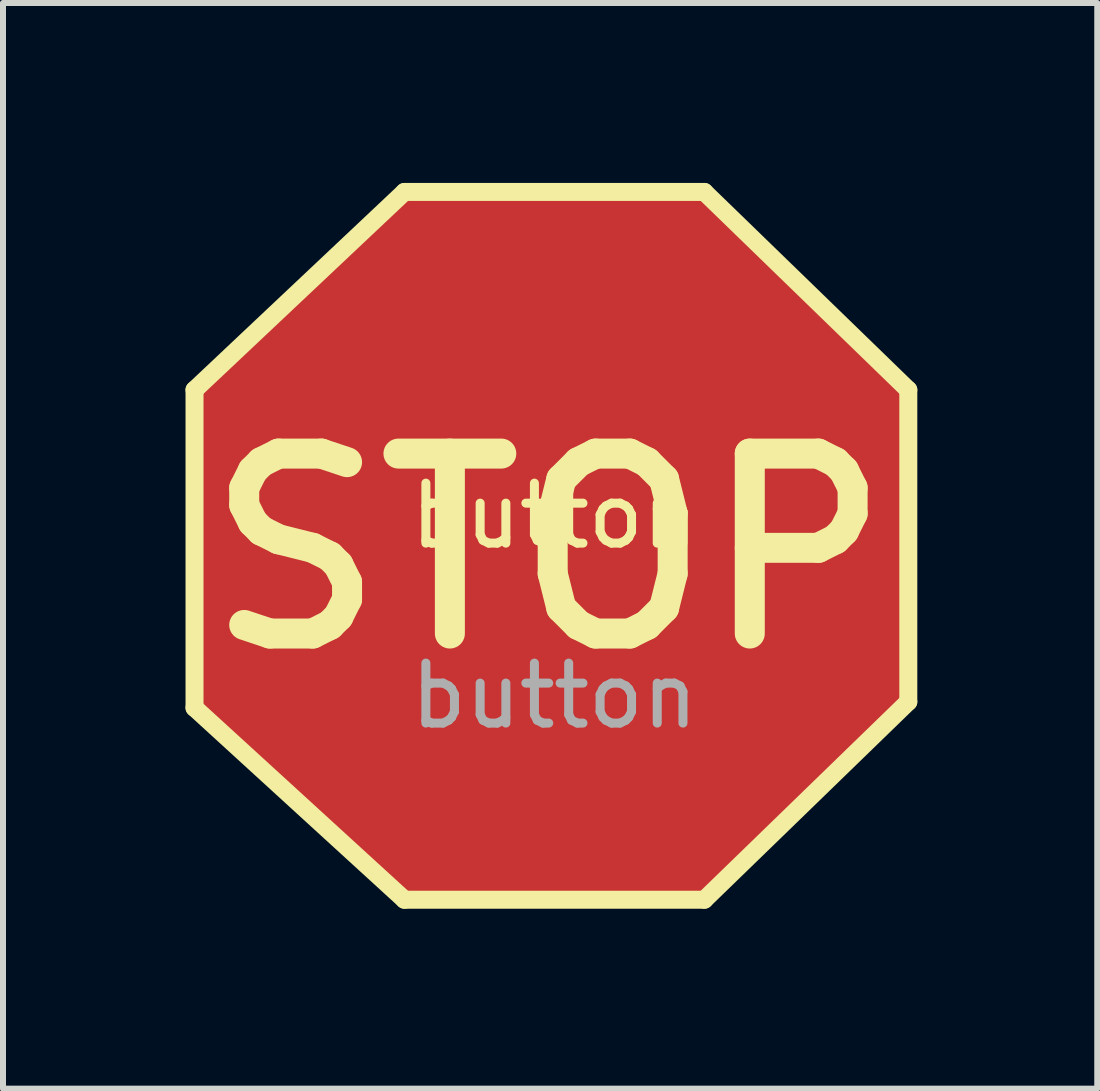
<source format=kicad_pcb>
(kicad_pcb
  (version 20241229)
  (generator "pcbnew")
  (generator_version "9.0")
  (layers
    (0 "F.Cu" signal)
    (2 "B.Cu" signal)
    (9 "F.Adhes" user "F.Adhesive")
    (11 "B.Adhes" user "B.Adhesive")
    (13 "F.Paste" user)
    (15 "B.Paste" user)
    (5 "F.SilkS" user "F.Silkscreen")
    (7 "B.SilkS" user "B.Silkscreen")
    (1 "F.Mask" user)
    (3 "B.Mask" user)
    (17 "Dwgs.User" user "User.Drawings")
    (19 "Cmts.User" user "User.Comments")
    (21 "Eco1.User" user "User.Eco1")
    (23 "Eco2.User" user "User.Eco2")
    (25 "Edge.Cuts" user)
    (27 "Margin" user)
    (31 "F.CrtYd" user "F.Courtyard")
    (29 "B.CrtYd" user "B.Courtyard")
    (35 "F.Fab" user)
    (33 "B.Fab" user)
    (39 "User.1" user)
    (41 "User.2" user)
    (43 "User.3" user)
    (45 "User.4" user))
  (footprint "button"
    (layer "F.Cu")
    (at 6.193 6.05)
    (property "Reference" "button" (at 0 -0.5 0) (unlocked yes) (layer "F.SilkS") (effects (font (size 1 1) (thickness 0.15))))
    (attr smd)
    (fp_poly (pts (xy 5.8 -2.6) (xy 5.8 2.6) (xy 2.5 5.8) (xy -2.5 5.8) (xy -5.9 2.7) (xy -5.9 -2.6) (xy -2.5 -5.8) (xy 2.5 -5.8)) (stroke (width 0.2) (type solid)) (fill yes) (layer "F.Cu"))
    (fp_line (start -6 -2.6) (end -2.5 -5.9) (stroke (width 0.3) (type solid)) (layer "F.SilkS"))
    (fp_line (start -6 2.7) (end -6 -2.6) (stroke (width 0.3) (type solid)) (layer "F.SilkS"))
    (fp_line (start -2.5 -5.9) (end 2.5 -5.9) (stroke (width 0.3) (type solid)) (layer "F.SilkS"))
    (fp_line (start -2.5 5.9) (end -6 2.7) (stroke (width 0.3) (type solid)) (layer "F.SilkS"))
    (fp_line (start 2.5 -5.9) (end 5.9 -2.6) (stroke (width 0.3) (type solid)) (layer "F.SilkS"))
    (fp_line (start 2.5 5.9) (end -2.5 5.9) (stroke (width 0.3) (type solid)) (layer "F.SilkS"))
    (fp_line (start 5.9 -2.6) (end 5.9 2.6) (stroke (width 0.3) (type solid)) (layer "F.SilkS"))
    (fp_line (start 5.9 2.6) (end 2.5 5.9) (stroke (width 0.3) (type solid)) (layer "F.SilkS"))
    (fp_text user "STOP" (at -0.1 0.1 0) (unlocked yes) (layer "F.SilkS") (effects (font (size 3 3) (thickness 0.5))))
    (fp_text user "${REFERENCE}" (at 0 2.5 0) (unlocked yes) (layer "F.Fab") (effects (font (size 1 1) (thickness 0.15))))
    (pad "1" smd roundrect (at 0 0) (size 8 8) (layers "F.Cu") (roundrect_rratio 0.25)))
  (gr_rect
    (start -3 -3)
    (end 15.243 15.1)
    (stroke (width 0.1) (type default))
    (fill no)
    (layer "Edge.Cuts")))
</source>
